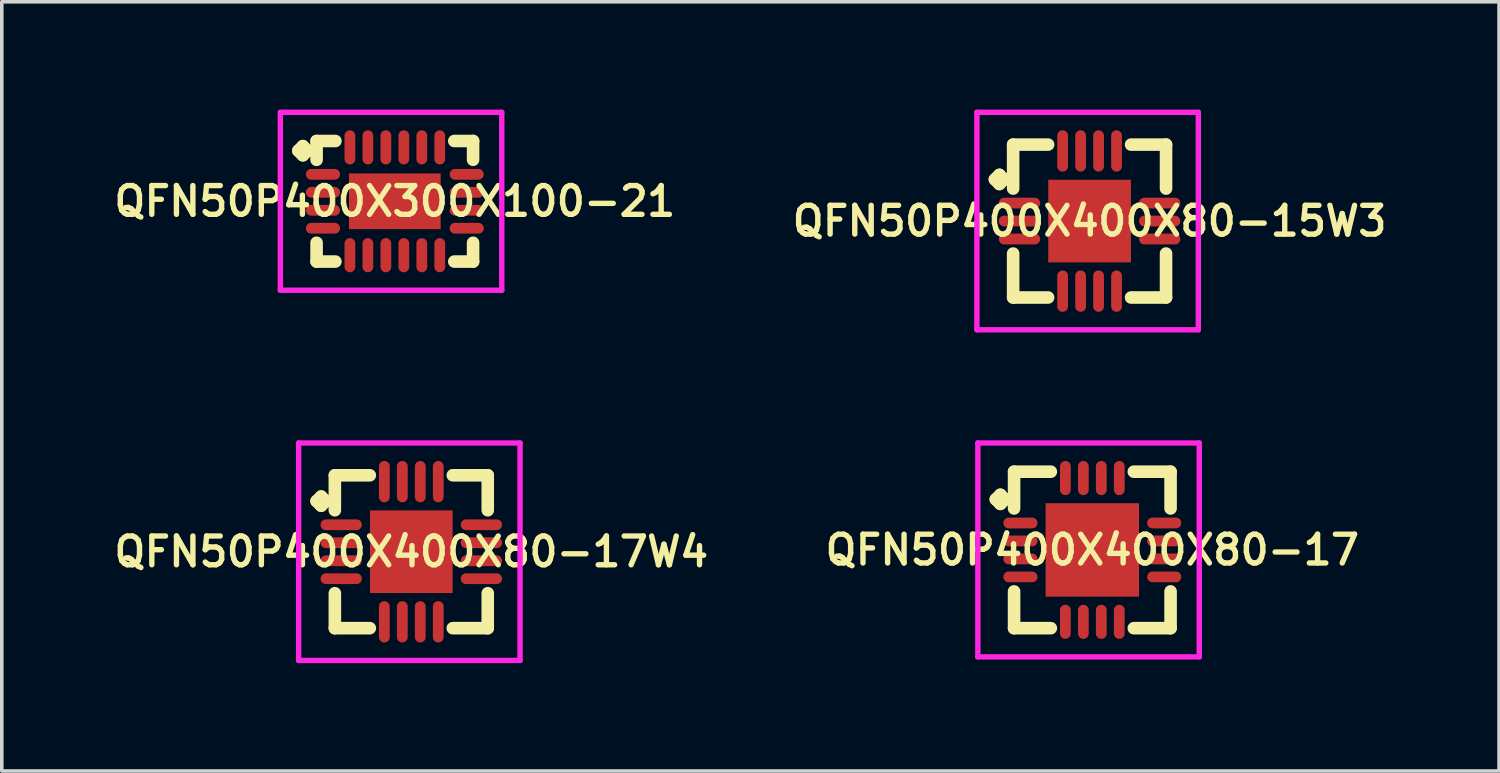
<source format=kicad_pcb>
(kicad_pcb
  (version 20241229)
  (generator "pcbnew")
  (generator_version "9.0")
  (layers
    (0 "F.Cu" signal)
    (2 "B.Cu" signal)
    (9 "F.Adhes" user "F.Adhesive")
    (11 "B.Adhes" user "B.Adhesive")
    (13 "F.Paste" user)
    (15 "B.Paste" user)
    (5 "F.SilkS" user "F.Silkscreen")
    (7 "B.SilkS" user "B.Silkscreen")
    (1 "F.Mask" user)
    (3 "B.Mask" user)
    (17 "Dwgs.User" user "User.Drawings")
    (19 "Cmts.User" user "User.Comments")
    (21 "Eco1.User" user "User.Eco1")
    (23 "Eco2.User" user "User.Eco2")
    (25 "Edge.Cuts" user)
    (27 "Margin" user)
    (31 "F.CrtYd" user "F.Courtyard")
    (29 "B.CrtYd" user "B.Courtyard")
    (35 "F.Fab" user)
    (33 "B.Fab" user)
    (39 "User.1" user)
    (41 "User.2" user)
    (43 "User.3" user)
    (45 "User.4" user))
  (footprint "QFN50P400X400X80-17"
    (layer "F.Cu")
    (at 27.34 12.25)
    (property "Reference" "QFN50P400X400X80-17" (at 0 0 0) (layer "F.SilkS") (effects (font (size 0.8 0.8) (thickness 0.15))))
    (attr smd)
    (fp_line (start -2.685 -1.408) (end -2.558 -1.535) (stroke (width 0.35) (type solid)) (layer "F.SilkS"))
    (fp_line (start -2.558 -1.535) (end -2.431 -1.408) (stroke (width 0.35) (type solid)) (layer "F.SilkS"))
    (fp_line (start -2.558 -1.281) (end -2.685 -1.408) (stroke (width 0.35) (type solid)) (layer "F.SilkS"))
    (fp_line (start -2.431 -1.408) (end -2.558 -1.281) (stroke (width 0.35) (type solid)) (layer "F.SilkS"))
    (fp_line (start -2.177 -2.177) (end -1.154 -2.177) (stroke (width 0.35) (type solid)) (layer "F.SilkS"))
    (fp_line (start -2.177 -1.154) (end -2.177 -2.177) (stroke (width 0.35) (type solid)) (layer "F.SilkS"))
    (fp_line (start -2.177 1.154) (end -2.177 2.177) (stroke (width 0.35) (type solid)) (layer "F.SilkS"))
    (fp_line (start -2.177 2.177) (end -1.154 2.177) (stroke (width 0.35) (type solid)) (layer "F.SilkS"))
    (fp_line (start 1.154 -2.177) (end 2.177 -2.177) (stroke (width 0.35) (type solid)) (layer "F.SilkS"))
    (fp_line (start 1.154 2.177) (end 2.177 2.177) (stroke (width 0.35) (type solid)) (layer "F.SilkS"))
    (fp_line (start 2.177 -2.177) (end 2.177 -1.154) (stroke (width 0.35) (type solid)) (layer "F.SilkS"))
    (fp_line (start 2.177 2.177) (end 2.177 1.154) (stroke (width 0.35) (type solid)) (layer "F.SilkS"))
    (fp_line (start -3.185 -2.975) (end 2.975 -2.975) (stroke (width 0.15) (type solid)) (layer "F.CrtYd"))
    (fp_line (start -3.185 2.975) (end -3.185 -2.975) (stroke (width 0.15) (type solid)) (layer "F.CrtYd"))
    (fp_line (start 2.975 -2.975) (end 2.975 2.975) (stroke (width 0.15) (type solid)) (layer "F.CrtYd"))
    (fp_line (start 2.975 2.975) (end -3.185 2.975) (stroke (width 0.15) (type solid)) (layer "F.CrtYd"))
    (pad "1" smd oval (at -2 -0.75) (size 0.95 0.3) (layers "F.Cu" "F.Mask" "F.Paste"))
    (pad "2" smd oval (at -2 -0.25) (size 0.95 0.3) (layers "F.Cu" "F.Mask" "F.Paste"))
    (pad "3" smd oval (at -2 0.25) (size 0.95 0.3) (layers "F.Cu" "F.Mask" "F.Paste"))
    (pad "4" smd oval (at -2 0.75) (size 0.95 0.3) (layers "F.Cu" "F.Mask" "F.Paste"))
    (pad "5" smd oval (at -0.75 2) (size 0.3 0.95) (layers "F.Cu" "F.Mask" "F.Paste"))
    (pad "6" smd oval (at -0.25 2) (size 0.3 0.95) (layers "F.Cu" "F.Mask" "F.Paste"))
    (pad "7" smd oval (at 0.25 2) (size 0.3 0.95) (layers "F.Cu" "F.Mask" "F.Paste"))
    (pad "8" smd oval (at 0.75 2) (size 0.3 0.95) (layers "F.Cu" "F.Mask" "F.Paste"))
    (pad "9" smd oval (at 2 0.75) (size 0.95 0.3) (layers "F.Cu" "F.Mask" "F.Paste"))
    (pad "10" smd oval (at 2 0.25) (size 0.95 0.3) (layers "F.Cu" "F.Mask" "F.Paste"))
    (pad "11" smd oval (at 2 -0.25) (size 0.95 0.3) (layers "F.Cu" "F.Mask" "F.Paste"))
    (pad "12" smd oval (at 2 -0.75) (size 0.95 0.3) (layers "F.Cu" "F.Mask" "F.Paste"))
    (pad "13" smd oval (at 0.75 -2) (size 0.3 0.95) (layers "F.Cu" "F.Mask" "F.Paste"))
    (pad "14" smd oval (at 0.25 -2) (size 0.3 0.95) (layers "F.Cu" "F.Mask" "F.Paste"))
    (pad "15" smd oval (at -0.25 -2) (size 0.3 0.95) (layers "F.Cu" "F.Mask" "F.Paste"))
    (pad "16" smd oval (at -0.75 -2) (size 0.3 0.95) (layers "F.Cu" "F.Mask" "F.Paste"))
    (pad "17" smd rect (at 0 0) (size 2.6 2.6) (layers "F.Cu" "F.Mask" "F.Paste")))
  (footprint "QFN50P400X400X80-17W4"
    (layer "F.Cu")
    (at 8.393 12.3)
    (property "Reference" "QFN50P400X400X80-17W4" (at 0 0 0) (layer "F.SilkS") (effects (font (size 0.8 0.8) (thickness 0.15))))
    (attr smd)
    (fp_line (start -2.635 -1.408) (end -2.508 -1.535) (stroke (width 0.35) (type solid)) (layer "F.SilkS"))
    (fp_line (start -2.508 -1.535) (end -2.381 -1.408) (stroke (width 0.35) (type solid)) (layer "F.SilkS"))
    (fp_line (start -2.508 -1.281) (end -2.635 -1.408) (stroke (width 0.35) (type solid)) (layer "F.SilkS"))
    (fp_line (start -2.381 -1.408) (end -2.508 -1.281) (stroke (width 0.35) (type solid)) (layer "F.SilkS"))
    (fp_line (start -2.127 -2.127) (end -1.154 -2.127) (stroke (width 0.35) (type solid)) (layer "F.SilkS"))
    (fp_line (start -2.127 -1.154) (end -2.127 -2.127) (stroke (width 0.35) (type solid)) (layer "F.SilkS"))
    (fp_line (start -2.127 1.154) (end -2.127 2.127) (stroke (width 0.35) (type solid)) (layer "F.SilkS"))
    (fp_line (start -2.127 2.127) (end -1.154 2.127) (stroke (width 0.35) (type solid)) (layer "F.SilkS"))
    (fp_line (start 1.154 -2.127) (end 2.127 -2.127) (stroke (width 0.35) (type solid)) (layer "F.SilkS"))
    (fp_line (start 1.154 2.127) (end 2.127 2.127) (stroke (width 0.35) (type solid)) (layer "F.SilkS"))
    (fp_line (start 2.127 -2.127) (end 2.127 -1.154) (stroke (width 0.35) (type solid)) (layer "F.SilkS"))
    (fp_line (start 2.127 2.127) (end 2.127 1.154) (stroke (width 0.35) (type solid)) (layer "F.SilkS"))
    (fp_line (start -3.135 -3.025) (end 3.025 -3.025) (stroke (width 0.15) (type solid)) (layer "F.CrtYd"))
    (fp_line (start -3.135 3.025) (end -3.135 -3.025) (stroke (width 0.15) (type solid)) (layer "F.CrtYd"))
    (fp_line (start 3.025 -3.025) (end 3.025 3.025) (stroke (width 0.15) (type solid)) (layer "F.CrtYd"))
    (fp_line (start 3.025 3.025) (end -3.135 3.025) (stroke (width 0.15) (type solid)) (layer "F.CrtYd"))
    (pad "1" smd oval (at -1.95 -0.75) (size 1.15 0.3) (layers "F.Cu" "F.Mask" "F.Paste"))
    (pad "2" smd oval (at -1.95 -0.25) (size 1.15 0.3) (layers "F.Cu" "F.Mask" "F.Paste"))
    (pad "3" smd oval (at -1.95 0.25) (size 1.15 0.3) (layers "F.Cu" "F.Mask" "F.Paste"))
    (pad "4" smd oval (at -1.95 0.75) (size 1.15 0.3) (layers "F.Cu" "F.Mask" "F.Paste"))
    (pad "5" smd oval (at -0.75 1.95) (size 0.3 1.15) (layers "F.Cu" "F.Mask" "F.Paste"))
    (pad "6" smd oval (at -0.25 1.95) (size 0.3 1.15) (layers "F.Cu" "F.Mask" "F.Paste"))
    (pad "7" smd oval (at 0.25 1.95) (size 0.3 1.15) (layers "F.Cu" "F.Mask" "F.Paste"))
    (pad "8" smd oval (at 0.75 1.95) (size 0.3 1.15) (layers "F.Cu" "F.Mask" "F.Paste"))
    (pad "9" smd oval (at 1.95 0.75) (size 1.15 0.3) (layers "F.Cu" "F.Mask" "F.Paste"))
    (pad "10" smd oval (at 1.95 0.25) (size 1.15 0.3) (layers "F.Cu" "F.Mask" "F.Paste"))
    (pad "11" smd oval (at 1.95 -0.25) (size 1.15 0.3) (layers "F.Cu" "F.Mask" "F.Paste"))
    (pad "12" smd oval (at 1.95 -0.75) (size 1.15 0.3) (layers "F.Cu" "F.Mask" "F.Paste"))
    (pad "13" smd oval (at 0.75 -1.95) (size 0.3 1.15) (layers "F.Cu" "F.Mask" "F.Paste"))
    (pad "14" smd oval (at 0.25 -1.95) (size 0.3 1.15) (layers "F.Cu" "F.Mask" "F.Paste"))
    (pad "15" smd oval (at -0.25 -1.95) (size 0.3 1.15) (layers "F.Cu" "F.Mask" "F.Paste"))
    (pad "16" smd oval (at -0.75 -1.95) (size 0.3 1.15) (layers "F.Cu" "F.Mask" "F.Paste"))
    (pad "17" smd rect (at 0 0) (size 2.3 2.3) (layers "F.Cu" "F.Mask" "F.Paste")))
  (footprint "QFN50P400X300X100-21"
    (layer "F.Cu")
    (at 7.935 2.55)
    (property "Reference" "QFN50P400X300X100-21" (at 0 0 0) (layer "F.SilkS") (effects (font (size 0.8 0.8) (thickness 0.15))))
    (attr smd)
    (fp_line (start -2.685 -1.408) (end -2.558 -1.535) (stroke (width 0.35) (type solid)) (layer "F.SilkS"))
    (fp_line (start -2.558 -1.535) (end -2.431 -1.408) (stroke (width 0.35) (type solid)) (layer "F.SilkS"))
    (fp_line (start -2.558 -1.281) (end -2.685 -1.408) (stroke (width 0.35) (type solid)) (layer "F.SilkS"))
    (fp_line (start -2.431 -1.408) (end -2.558 -1.281) (stroke (width 0.35) (type solid)) (layer "F.SilkS"))
    (fp_line (start -2.177 -1.677) (end -1.654 -1.677) (stroke (width 0.35) (type solid)) (layer "F.SilkS"))
    (fp_line (start -2.177 -1.154) (end -2.177 -1.677) (stroke (width 0.35) (type solid)) (layer "F.SilkS"))
    (fp_line (start -2.177 1.154) (end -2.177 1.677) (stroke (width 0.35) (type solid)) (layer "F.SilkS"))
    (fp_line (start -2.177 1.677) (end -1.654 1.677) (stroke (width 0.35) (type solid)) (layer "F.SilkS"))
    (fp_line (start 1.654 -1.677) (end 2.177 -1.677) (stroke (width 0.35) (type solid)) (layer "F.SilkS"))
    (fp_line (start 1.654 1.677) (end 2.177 1.677) (stroke (width 0.35) (type solid)) (layer "F.SilkS"))
    (fp_line (start 2.177 -1.677) (end 2.177 -1.154) (stroke (width 0.35) (type solid)) (layer "F.SilkS"))
    (fp_line (start 2.177 1.677) (end 2.177 1.154) (stroke (width 0.35) (type solid)) (layer "F.SilkS"))
    (fp_line (start -3.185 -2.475) (end 2.975 -2.475) (stroke (width 0.15) (type solid)) (layer "F.CrtYd"))
    (fp_line (start -3.185 2.475) (end -3.185 -2.475) (stroke (width 0.15) (type solid)) (layer "F.CrtYd"))
    (fp_line (start 2.975 -2.475) (end 2.975 2.475) (stroke (width 0.15) (type solid)) (layer "F.CrtYd"))
    (fp_line (start 2.975 2.475) (end -3.185 2.475) (stroke (width 0.15) (type solid)) (layer "F.CrtYd"))
    (pad "1" smd oval (at -2 -0.75) (size 0.95 0.3) (layers "F.Cu" "F.Mask" "F.Paste"))
    (pad "2" smd oval (at -2 -0.25) (size 0.95 0.3) (layers "F.Cu" "F.Mask" "F.Paste"))
    (pad "3" smd oval (at -2 0.25) (size 0.95 0.3) (layers "F.Cu" "F.Mask" "F.Paste"))
    (pad "4" smd oval (at -2 0.75) (size 0.95 0.3) (layers "F.Cu" "F.Mask" "F.Paste"))
    (pad "5" smd oval (at -1.25 1.5) (size 0.3 0.95) (layers "F.Cu" "F.Mask" "F.Paste"))
    (pad "6" smd oval (at -0.75 1.5) (size 0.3 0.95) (layers "F.Cu" "F.Mask" "F.Paste"))
    (pad "7" smd oval (at -0.25 1.5) (size 0.3 0.95) (layers "F.Cu" "F.Mask" "F.Paste"))
    (pad "8" smd oval (at 0.25 1.5) (size 0.3 0.95) (layers "F.Cu" "F.Mask" "F.Paste"))
    (pad "9" smd oval (at 0.75 1.5) (size 0.3 0.95) (layers "F.Cu" "F.Mask" "F.Paste"))
    (pad "10" smd oval (at 1.25 1.5) (size 0.3 0.95) (layers "F.Cu" "F.Mask" "F.Paste"))
    (pad "11" smd oval (at 2 0.75) (size 0.95 0.3) (layers "F.Cu" "F.Mask" "F.Paste"))
    (pad "12" smd oval (at 2 0.25) (size 0.95 0.3) (layers "F.Cu" "F.Mask" "F.Paste"))
    (pad "13" smd oval (at 2 -0.25) (size 0.95 0.3) (layers "F.Cu" "F.Mask" "F.Paste"))
    (pad "14" smd oval (at 2 -0.75) (size 0.95 0.3) (layers "F.Cu" "F.Mask" "F.Paste"))
    (pad "15" smd oval (at 1.25 -1.5) (size 0.3 0.95) (layers "F.Cu" "F.Mask" "F.Paste"))
    (pad "16" smd oval (at 0.75 -1.5) (size 0.3 0.95) (layers "F.Cu" "F.Mask" "F.Paste"))
    (pad "17" smd oval (at 0.25 -1.5) (size 0.3 0.95) (layers "F.Cu" "F.Mask" "F.Paste"))
    (pad "18" smd oval (at -0.25 -1.5) (size 0.3 0.95) (layers "F.Cu" "F.Mask" "F.Paste"))
    (pad "19" smd oval (at -0.75 -1.5) (size 0.3 0.95) (layers "F.Cu" "F.Mask" "F.Paste"))
    (pad "20" smd oval (at -1.25 -1.5) (size 0.3 0.95) (layers "F.Cu" "F.Mask" "F.Paste"))
    (pad "21" smd rect (at 0 0) (size 2.55 1.55) (layers "F.Cu" "F.Mask" "F.Paste")))
  (footprint "QFN50P400X400X80-15W3"
    (layer "F.Cu")
    (at 27.264 3.1)
    (property "Reference" "QFN50P400X400X80-15W3" (at 0 0 0) (layer "F.SilkS") (effects (font (size 0.8 0.8) (thickness 0.15))))
    (attr smd)
    (fp_line (start -2.635 -1.158) (end -2.508 -1.285) (stroke (width 0.35) (type solid)) (layer "F.SilkS"))
    (fp_line (start -2.508 -1.285) (end -2.381 -1.158) (stroke (width 0.35) (type solid)) (layer "F.SilkS"))
    (fp_line (start -2.508 -1.031) (end -2.635 -1.158) (stroke (width 0.35) (type solid)) (layer "F.SilkS"))
    (fp_line (start -2.381 -1.158) (end -2.508 -1.031) (stroke (width 0.35) (type solid)) (layer "F.SilkS"))
    (fp_line (start -2.127 -2.127) (end -1.154 -2.127) (stroke (width 0.35) (type solid)) (layer "F.SilkS"))
    (fp_line (start -2.127 -0.904) (end -2.127 -2.127) (stroke (width 0.35) (type solid)) (layer "F.SilkS"))
    (fp_line (start -2.127 0.904) (end -2.127 2.127) (stroke (width 0.35) (type solid)) (layer "F.SilkS"))
    (fp_line (start -2.127 2.127) (end -1.154 2.127) (stroke (width 0.35) (type solid)) (layer "F.SilkS"))
    (fp_line (start 1.154 -2.127) (end 2.127 -2.127) (stroke (width 0.35) (type solid)) (layer "F.SilkS"))
    (fp_line (start 1.154 2.127) (end 2.127 2.127) (stroke (width 0.35) (type solid)) (layer "F.SilkS"))
    (fp_line (start 2.127 -2.127) (end 2.127 -0.904) (stroke (width 0.35) (type solid)) (layer "F.SilkS"))
    (fp_line (start 2.127 2.127) (end 2.127 0.904) (stroke (width 0.35) (type solid)) (layer "F.SilkS"))
    (fp_line (start -3.135 -3.025) (end 3.025 -3.025) (stroke (width 0.15) (type solid)) (layer "F.CrtYd"))
    (fp_line (start -3.135 3.025) (end -3.135 -3.025) (stroke (width 0.15) (type solid)) (layer "F.CrtYd"))
    (fp_line (start 3.025 -3.025) (end 3.025 3.025) (stroke (width 0.15) (type solid)) (layer "F.CrtYd"))
    (fp_line (start 3.025 3.025) (end -3.135 3.025) (stroke (width 0.15) (type solid)) (layer "F.CrtYd"))
    (pad "1" smd oval (at -1.95 -0.5) (size 1.15 0.3) (layers "F.Cu" "F.Mask" "F.Paste"))
    (pad "2" smd oval (at -1.95 0) (size 1.15 0.3) (layers "F.Cu" "F.Mask" "F.Paste"))
    (pad "3" smd oval (at -1.95 0.5) (size 1.15 0.3) (layers "F.Cu" "F.Mask" "F.Paste"))
    (pad "4" smd oval (at -0.75 1.95) (size 0.3 1.15) (layers "F.Cu" "F.Mask" "F.Paste"))
    (pad "5" smd oval (at -0.25 1.95) (size 0.3 1.15) (layers "F.Cu" "F.Mask" "F.Paste"))
    (pad "6" smd oval (at 0.25 1.95) (size 0.3 1.15) (layers "F.Cu" "F.Mask" "F.Paste"))
    (pad "7" smd oval (at 0.75 1.95) (size 0.3 1.15) (layers "F.Cu" "F.Mask" "F.Paste"))
    (pad "8" smd oval (at 1.95 0.5) (size 1.15 0.3) (layers "F.Cu" "F.Mask" "F.Paste"))
    (pad "9" smd oval (at 1.95 0) (size 1.15 0.3) (layers "F.Cu" "F.Mask" "F.Paste"))
    (pad "10" smd oval (at 1.95 -0.5) (size 1.15 0.3) (layers "F.Cu" "F.Mask" "F.Paste"))
    (pad "11" smd oval (at 0.75 -1.95) (size 0.3 1.15) (layers "F.Cu" "F.Mask" "F.Paste"))
    (pad "12" smd oval (at 0.25 -1.95) (size 0.3 1.15) (layers "F.Cu" "F.Mask" "F.Paste"))
    (pad "13" smd oval (at -0.25 -1.95) (size 0.3 1.15) (layers "F.Cu" "F.Mask" "F.Paste"))
    (pad "14" smd oval (at -0.75 -1.95) (size 0.3 1.15) (layers "F.Cu" "F.Mask" "F.Paste"))
    (pad "15" smd rect (at 0 0) (size 2.3 2.3) (layers "F.Cu" "F.Mask" "F.Paste")))
  (gr_rect
    (start -3 -3)
    (end 38.656 18.4)
    (stroke (width 0.1) (type default))
    (fill no)
    (layer "Edge.Cuts")))
</source>
